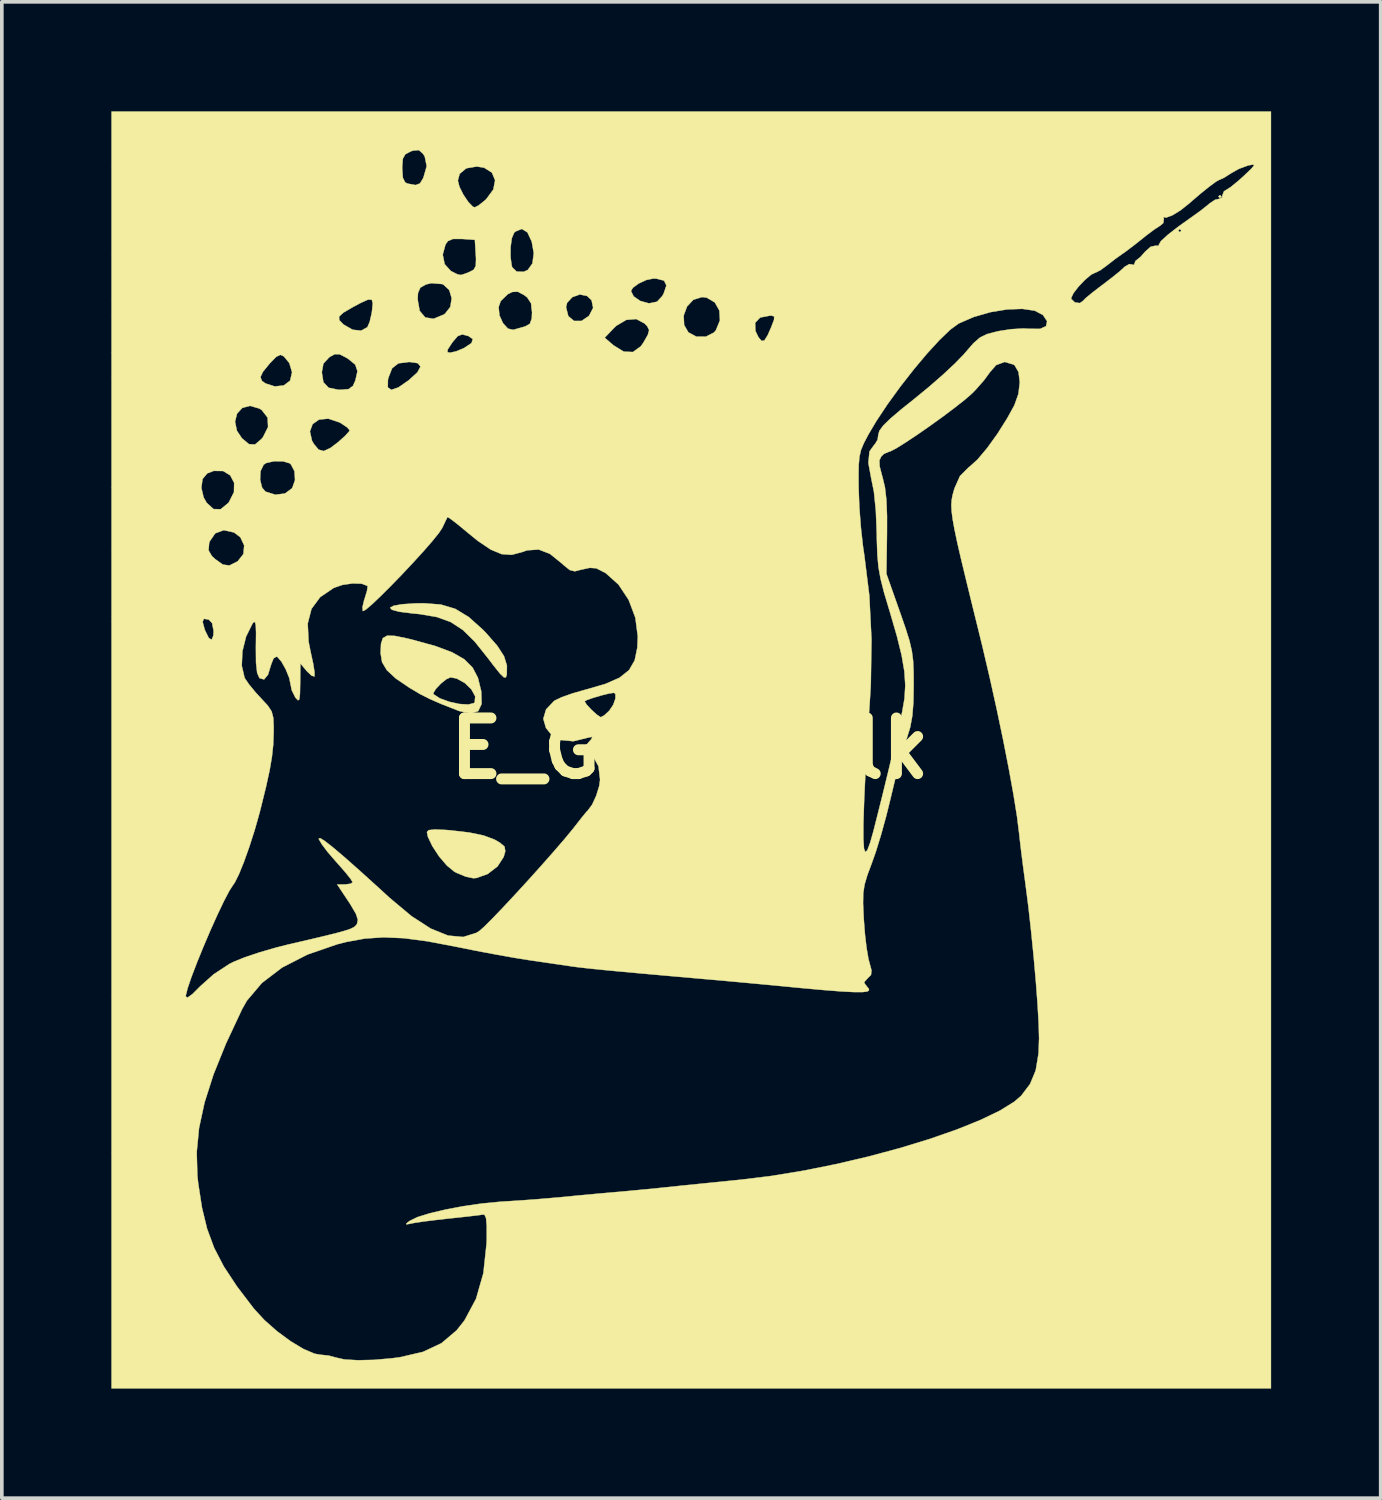
<source format=kicad_pcb>
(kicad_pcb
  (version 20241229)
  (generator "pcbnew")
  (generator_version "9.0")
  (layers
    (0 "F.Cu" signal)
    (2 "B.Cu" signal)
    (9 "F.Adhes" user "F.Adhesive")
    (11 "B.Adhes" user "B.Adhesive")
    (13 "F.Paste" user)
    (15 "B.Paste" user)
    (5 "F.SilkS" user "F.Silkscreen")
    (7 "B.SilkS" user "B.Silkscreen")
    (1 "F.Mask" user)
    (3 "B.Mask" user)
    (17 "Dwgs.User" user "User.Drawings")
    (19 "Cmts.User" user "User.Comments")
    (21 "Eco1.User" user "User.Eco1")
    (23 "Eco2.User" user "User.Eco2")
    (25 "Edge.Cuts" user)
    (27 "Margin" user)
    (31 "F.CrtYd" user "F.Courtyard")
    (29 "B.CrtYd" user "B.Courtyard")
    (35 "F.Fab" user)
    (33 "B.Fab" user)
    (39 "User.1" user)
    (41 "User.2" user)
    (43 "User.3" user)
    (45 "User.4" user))
  (footprint "E_Grrrl_Silk"
    (layer "F.Cu")
    (at 15.838 17.446)
    (property "Reference" "E_Grrrl_Silk" (at 0 0 0) (layer "F.SilkS") (effects (font (size 1.524 1.524) (thickness 0.3))))
    (attr through_hole)
    (fp_poly (pts (xy 14.563 -15.113) (xy 14.52 -15.071) (xy 14.478 -15.113) (xy 14.52 -15.155) (xy 14.563 -15.113)) (stroke (width 0.01) (type solid)) (fill yes) (layer "F.SilkS"))
    (fp_poly (pts (xy -6.68 2.232) (xy -6.564 2.241) (xy -6.038 2.302) (xy -5.644 2.384) (xy -5.344 2.496) (xy -5.201 2.579) (xy -5.071 2.688) (xy -5.051 2.816) (xy -5.095 2.971) (xy -5.263 3.23) (xy -5.533 3.438) (xy -5.837 3.547) (xy -5.927 3.554) (xy -6.135 3.51) (xy -6.389 3.405) (xy -6.449 3.372) (xy -6.652 3.205) (xy -6.865 2.955) (xy -7.049 2.675) (xy -7.17 2.42) (xy -7.197 2.288) (xy -7.147 2.237) (xy -6.982 2.219) (xy -6.68 2.232)) (stroke (width 0.01) (type solid)) (fill yes) (layer "F.SilkS"))
    (fp_poly (pts (xy -6.816 -3.941) (xy -6.421 -3.823) (xy -6.052 -3.599) (xy -5.662 -3.25) (xy -5.571 -3.155) (xy -5.268 -2.809) (xy -5.085 -2.525) (xy -5.006 -2.27) (xy -5.01 -2.019) (xy -5.036 -1.944) (xy -5.092 -1.949) (xy -5.198 -2.052) (xy -5.371 -2.268) (xy -5.523 -2.469) (xy -5.884 -2.921) (xy -6.212 -3.244) (xy -6.546 -3.462) (xy -6.927 -3.599) (xy -7.394 -3.679) (xy -7.585 -3.697) (xy -7.951 -3.742) (xy -8.155 -3.797) (xy -8.206 -3.854) (xy -8.11 -3.907) (xy -7.876 -3.949) (xy -7.512 -3.973) (xy -7.281 -3.976) (xy -6.816 -3.941)) (stroke (width 0.01) (type solid)) (fill yes) (layer "F.SilkS"))
    (fp_poly (pts (xy -8.074 -3.082) (xy -7.739 -3.013) (xy -7.565 -2.97) (xy -6.961 -2.803) (xy -6.505 -2.632) (xy -6.174 -2.442) (xy -5.946 -2.215) (xy -5.8 -1.935) (xy -5.714 -1.585) (xy -5.708 -1.547) (xy -5.699 -1.218) (xy -5.792 -1.022) (xy -5.993 -0.958) (xy -6.303 -1.022) (xy -6.36 -1.043) (xy -6.793 -1.213) (xy -7.117 -1.354) (xy -7.386 -1.49) (xy -7.434 -1.519) (xy -7.02 -1.519) (xy -7.017 -1.485) (xy -6.838 -1.37) (xy -6.584 -1.278) (xy -6.309 -1.218) (xy -6.066 -1.203) (xy -5.909 -1.242) (xy -5.888 -1.264) (xy -5.875 -1.427) (xy -5.979 -1.617) (xy -6.161 -1.793) (xy -6.382 -1.915) (xy -6.551 -1.947) (xy -6.665 -1.896) (xy -6.814 -1.776) (xy -6.949 -1.634) (xy -7.02 -1.519) (xy -7.434 -1.519) (xy -7.652 -1.648) (xy -7.673 -1.66) (xy -8.052 -1.918) (xy -8.295 -2.144) (xy -8.425 -2.363) (xy -8.465 -2.604) (xy -8.465 -2.619) (xy -8.454 -2.868) (xy -8.404 -3.021) (xy -8.286 -3.089) (xy -8.074 -3.082)) (stroke (width 0.01) (type solid)) (fill yes) (layer "F.SilkS"))
    (fp_poly (pts (xy 15.917 17.526) (xy -15.833 17.526) (xy -15.833 11.056) (xy -13.501 11.056) (xy -13.483 11.7) (xy -13.46 11.911) (xy -13.356 12.581) (xy -13.216 13.156) (xy -13.023 13.678) (xy -12.758 14.188) (xy -12.402 14.728) (xy -11.938 15.338) (xy -11.938 15.338) (xy -11.65 15.652) (xy -11.302 15.959) (xy -10.932 16.232) (xy -10.577 16.446) (xy -10.274 16.575) (xy -10.13 16.601) (xy -9.881 16.628) (xy -9.694 16.679) (xy -9.456 16.733) (xy -9.092 16.754) (xy -8.646 16.744) (xy -8.159 16.701) (xy -7.934 16.671) (xy -7.305 16.525) (xy -6.797 16.286) (xy -6.384 15.936) (xy -6.168 15.663) (xy -5.852 15.072) (xy -5.651 14.371) (xy -5.563 13.551) (xy -5.559 13.43) (xy -5.559 13.073) (xy -5.578 12.861) (xy -5.619 12.771) (xy -5.654 12.764) (xy -5.782 12.782) (xy -6.035 12.812) (xy -6.37 12.849) (xy -6.571 12.87) (xy -6.95 12.913) (xy -7.289 12.955) (xy -7.535 12.992) (xy -7.606 13.006) (xy -7.758 13.035) (xy -7.759 13.007) (xy -7.662 12.934) (xy -7.455 12.834) (xy -7.116 12.729) (xy -6.684 12.627) (xy -6.197 12.535) (xy -5.693 12.462) (xy -5.209 12.415) (xy -5.122 12.409) (xy -4.633 12.378) (xy -4.087 12.337) (xy -3.585 12.294) (xy -3.471 12.283) (xy -3.021 12.239) (xy -2.542 12.195) (xy -2.121 12.158) (xy -2.032 12.15) (xy -1.631 12.114) (xy -1.156 12.069) (xy -0.699 12.023) (xy -0.635 12.016) (xy -0.261 11.977) (xy 0.224 11.928) (xy 0.762 11.874) (xy 1.296 11.82) (xy 1.397 11.81) (xy 2.244 11.706) (xy 3.124 11.561) (xy 4.018 11.381) (xy 4.905 11.173) (xy 5.762 10.942) (xy 6.57 10.695) (xy 7.308 10.438) (xy 7.954 10.178) (xy 8.489 9.921) (xy 8.89 9.673) (xy 9.076 9.512) (xy 9.32 9.19) (xy 9.475 8.817) (xy 9.552 8.353) (xy 9.567 7.94) (xy 9.556 7.535) (xy 9.525 7) (xy 9.478 6.373) (xy 9.418 5.693) (xy 9.348 4.998) (xy 9.273 4.325) (xy 9.194 3.713) (xy 9.19 3.683) (xy 9.132 3.252) (xy 9.077 2.818) (xy 9.034 2.45) (xy 9.021 2.328) (xy 8.962 1.859) (xy 8.865 1.255) (xy 8.736 0.545) (xy 8.582 -0.241) (xy 8.407 -1.075) (xy 8.218 -1.928) (xy 8.021 -2.77) (xy 7.953 -3.048) (xy 7.743 -3.9) (xy 7.571 -4.604) (xy 7.433 -5.177) (xy 7.327 -5.636) (xy 7.251 -5.998) (xy 7.2 -6.279) (xy 7.172 -6.497) (xy 7.164 -6.668) (xy 7.174 -6.809) (xy 7.198 -6.936) (xy 7.234 -7.067) (xy 7.25 -7.122) (xy 7.401 -7.46) (xy 7.64 -7.699) (xy 7.663 -7.715) (xy 7.88 -7.911) (xy 8.143 -8.223) (xy 8.424 -8.613) (xy 8.695 -9.043) (xy 8.89 -9.397) (xy 9.001 -9.708) (xy 9.039 -10.029) (xy 9.004 -10.308) (xy 8.898 -10.492) (xy 8.875 -10.51) (xy 8.625 -10.585) (xy 8.391 -10.498) (xy 8.225 -10.308) (xy 8.058 -10.081) (xy 7.834 -9.826) (xy 7.731 -9.721) (xy 7.537 -9.552) (xy 7.259 -9.333) (xy 6.928 -9.084) (xy 6.572 -8.828) (xy 6.221 -8.584) (xy 5.904 -8.374) (xy 5.652 -8.217) (xy 5.493 -8.135) (xy 5.464 -8.128) (xy 5.323 -8.069) (xy 5.248 -8) (xy 5.194 -7.889) (xy 5.201 -7.726) (xy 5.27 -7.46) (xy 5.28 -7.428) (xy 5.346 -7.151) (xy 5.386 -6.809) (xy 5.403 -6.364) (xy 5.402 -5.884) (xy 5.386 -4.784) (xy 5.76 -3.725) (xy 5.914 -3.281) (xy 6.019 -2.945) (xy 6.083 -2.667) (xy 6.118 -2.396) (xy 6.131 -2.081) (xy 6.133 -1.736) (xy 6.125 -1.258) (xy 6.096 -0.894) (xy 6.04 -0.588) (xy 5.948 -0.285) (xy 5.939 -0.257) (xy 5.843 0.046) (xy 5.727 0.458) (xy 5.606 0.926) (xy 5.501 1.367) (xy 5.38 1.856) (xy 5.24 2.364) (xy 5.098 2.826) (xy 4.987 3.14) (xy 4.864 3.471) (xy 4.789 3.725) (xy 4.752 3.963) (xy 4.747 4.243) (xy 4.764 4.624) (xy 4.768 4.692) (xy 4.799 5.095) (xy 4.844 5.47) (xy 4.894 5.762) (xy 4.921 5.864) (xy 4.979 6.08) (xy 4.964 6.203) (xy 4.87 6.296) (xy 4.774 6.405) (xy 4.813 6.469) (xy 4.904 6.583) (xy 4.911 6.62) (xy 4.869 6.655) (xy 4.736 6.672) (xy 4.496 6.672) (xy 4.136 6.653) (xy 3.643 6.614) (xy 3.003 6.556) (xy 2.625 6.519) (xy 2.226 6.481) (xy 1.711 6.433) (xy 1.135 6.38) (xy 0.551 6.328) (xy 0.254 6.302) (xy -0.629 6.224) (xy -1.358 6.159) (xy -1.95 6.105) (xy -2.419 6.06) (xy -2.781 6.023) (xy -3.051 5.992) (xy -3.246 5.967) (xy -3.26 5.964) (xy -3.497 5.929) (xy -3.841 5.879) (xy -4.235 5.821) (xy -4.403 5.797) (xy -4.796 5.734) (xy -5.295 5.645) (xy -5.838 5.543) (xy -6.366 5.437) (xy -6.435 5.423) (xy -7.192 5.28) (xy -7.83 5.196) (xy -8.386 5.172) (xy -8.899 5.207) (xy -9.406 5.3) (xy -9.653 5.363) (xy -10.47 5.645) (xy -11.162 6) (xy -11.717 6.423) (xy -12.125 6.905) (xy -12.253 7.129) (xy -12.7 8.083) (xy -13.042 8.93) (xy -13.286 9.694) (xy -13.437 10.395) (xy -13.501 11.056) (xy -15.833 11.056) (xy -15.833 6.789) (xy -13.801 6.789) (xy -13.756 6.825) (xy -13.62 6.728) (xy -13.407 6.515) (xy -13.037 6.185) (xy -12.609 5.904) (xy -12.497 5.847) (xy -12.196 5.724) (xy -11.789 5.587) (xy -11.335 5.455) (xy -11.007 5.372) (xy -10.416 5.235) (xy -9.97 5.129) (xy -9.645 5.048) (xy -9.421 4.985) (xy -9.277 4.935) (xy -9.19 4.89) (xy -9.14 4.845) (xy -9.113 4.808) (xy -9.087 4.695) (xy -9.141 4.529) (xy -9.289 4.276) (xy -9.34 4.198) (xy -9.654 3.725) (xy -9.441 3.725) (xy -9.282 3.704) (xy -9.231 3.662) (xy -9.285 3.574) (xy -9.427 3.396) (xy -9.631 3.162) (xy -9.696 3.09) (xy -9.912 2.84) (xy -10.074 2.626) (xy -10.155 2.487) (xy -10.159 2.468) (xy -10.118 2.458) (xy -9.989 2.538) (xy -9.766 2.713) (xy -9.442 2.988) (xy -9.012 3.369) (xy -8.47 3.86) (xy -8.216 4.093) (xy -7.621 4.591) (xy -7.089 4.935) (xy -6.617 5.125) (xy -6.202 5.163) (xy -5.841 5.049) (xy -5.755 4.994) (xy -5.62 4.874) (xy -5.397 4.651) (xy -5.107 4.348) (xy -4.772 3.989) (xy -4.415 3.599) (xy -4.057 3.201) (xy -3.72 2.819) (xy -3.427 2.479) (xy -3.199 2.203) (xy -3.132 2.117) (xy -2.963 1.901) (xy -2.835 1.744) (xy -2.787 1.693) (xy -2.673 1.54) (xy -2.56 1.294) (xy -2.479 1.029) (xy -2.455 0.856) (xy -2.498 0.489) (xy -2.625 0.258) (xy -2.829 0.17) (xy -2.85 0.169) (xy -3.08 0.169) (xy -2.831 -0.098) (xy -2.692 -0.257) (xy -2.669 -0.319) (xy -2.752 -0.303) (xy -3.188 -0.197) (xy -3.538 -0.231) (xy -3.814 -0.408) (xy -3.936 -0.56) (xy -4.01 -0.812) (xy -3.934 -1.069) (xy -3.724 -1.29) (xy -2.879 -1.29) (xy -2.823 -1.201) (xy -2.693 -1.061) (xy -2.547 -0.928) (xy -2.443 -0.857) (xy -2.437 -0.856) (xy -2.343 -0.905) (xy -2.205 -1.032) (xy -2.095 -1.195) (xy -2.034 -1.369) (xy -2.036 -1.495) (xy -2.079 -1.524) (xy -2.215 -1.503) (xy -2.424 -1.451) (xy -2.644 -1.386) (xy -2.815 -1.326) (xy -2.879 -1.29) (xy -3.724 -1.29) (xy -3.718 -1.296) (xy -3.691 -1.315) (xy -3.506 -1.403) (xy -3.215 -1.506) (xy -2.878 -1.603) (xy -2.843 -1.612) (xy -2.309 -1.767) (xy -1.922 -1.937) (xy -1.662 -2.145) (xy -1.507 -2.413) (xy -1.435 -2.762) (xy -1.422 -3.063) (xy -1.489 -3.581) (xy -1.672 -4.068) (xy -1.95 -4.487) (xy -2.301 -4.802) (xy -2.559 -4.934) (xy -2.738 -4.946) (xy -2.966 -4.897) (xy -2.967 -4.897) (xy -3.146 -4.851) (xy -3.284 -4.885) (xy -3.45 -5.018) (xy -3.499 -5.064) (xy -3.83 -5.33) (xy -4.135 -5.447) (xy -4.45 -5.426) (xy -4.596 -5.376) (xy -4.877 -5.302) (xy -5.151 -5.322) (xy -5.45 -5.446) (xy -5.804 -5.685) (xy -6.071 -5.902) (xy -6.32 -6.109) (xy -6.514 -6.26) (xy -6.622 -6.334) (xy -6.634 -6.336) (xy -6.678 -6.248) (xy -6.763 -6.069) (xy -6.776 -6.04) (xy -6.87 -5.899) (xy -7.05 -5.676) (xy -7.294 -5.396) (xy -7.581 -5.082) (xy -7.887 -4.756) (xy -8.192 -4.442) (xy -8.473 -4.162) (xy -8.708 -3.94) (xy -8.875 -3.798) (xy -8.953 -3.76) (xy -8.953 -3.761) (xy -8.962 -3.867) (xy -8.916 -4.063) (xy -8.898 -4.115) (xy -8.837 -4.317) (xy -8.821 -4.441) (xy -8.826 -4.451) (xy -8.983 -4.512) (xy -9.234 -4.519) (xy -9.513 -4.478) (xy -9.749 -4.396) (xy -10.122 -4.142) (xy -10.358 -3.822) (xy -10.461 -3.421) (xy -10.437 -2.923) (xy -10.375 -2.613) (xy -10.31 -2.316) (xy -10.275 -2.088) (xy -10.275 -1.974) (xy -10.278 -1.971) (xy -10.357 -1.994) (xy -10.486 -2.117) (xy -10.494 -2.126) (xy -10.662 -2.328) (xy -10.668 -1.778) (xy -10.674 -1.489) (xy -10.691 -1.343) (xy -10.727 -1.317) (xy -10.791 -1.384) (xy -10.798 -1.392) (xy -10.899 -1.595) (xy -10.926 -1.731) (xy -10.967 -1.929) (xy -11.063 -2.167) (xy -11.182 -2.38) (xy -11.293 -2.506) (xy -11.313 -2.516) (xy -11.396 -2.467) (xy -11.459 -2.31) (xy -11.549 -2.019) (xy -11.657 -1.889) (xy -11.778 -1.924) (xy -11.786 -1.932) (xy -11.846 -2.07) (xy -11.877 -2.346) (xy -11.881 -2.774) (xy -11.88 -2.81) (xy -11.876 -3.168) (xy -11.884 -3.38) (xy -11.907 -3.466) (xy -11.948 -3.451) (xy -11.973 -3.419) (xy -12.149 -3.064) (xy -12.25 -2.659) (xy -12.267 -2.265) (xy -12.192 -1.942) (xy -12.182 -1.921) (xy -12.072 -1.758) (xy -11.888 -1.535) (xy -11.738 -1.372) (xy -11.553 -1.172) (xy -11.449 -1.013) (xy -11.403 -0.835) (xy -11.393 -0.576) (xy -11.394 -0.425) (xy -11.406 -0.101) (xy -11.441 0.227) (xy -11.504 0.597) (xy -11.602 1.046) (xy -11.741 1.61) (xy -11.784 1.778) (xy -11.912 2.231) (xy -12.057 2.684) (xy -12.205 3.1) (xy -12.343 3.441) (xy -12.458 3.672) (xy -12.498 3.729) (xy -12.606 3.896) (xy -12.756 4.182) (xy -12.934 4.555) (xy -13.126 4.982) (xy -13.317 5.429) (xy -13.494 5.864) (xy -13.643 6.253) (xy -13.749 6.564) (xy -13.799 6.763) (xy -13.801 6.789) (xy -15.833 6.789) (xy -15.833 -3.468) (xy -13.34 -3.468) (xy -13.283 -3.26) (xy -13.273 -3.233) (xy -13.171 -3.025) (xy -13.092 -2.977) (xy -13.046 -3.09) (xy -13.039 -3.22) (xy -13.08 -3.432) (xy -13.169 -3.527) (xy -13.304 -3.551) (xy -13.34 -3.468) (xy -15.833 -3.468) (xy -15.833 -5.424) (xy -13.177 -5.424) (xy -13.084 -5.267) (xy -12.998 -5.187) (xy -12.783 -5.034) (xy -12.605 -5.011) (xy -12.402 -5.112) (xy -12.375 -5.13) (xy -12.222 -5.325) (xy -12.201 -5.56) (xy -12.305 -5.782) (xy -12.477 -5.914) (xy -12.761 -5.977) (xy -12.994 -5.891) (xy -13.145 -5.671) (xy -13.161 -5.617) (xy -13.177 -5.424) (xy -15.833 -5.424) (xy -15.833 -7.139) (xy -13.374 -7.139) (xy -13.312 -6.874) (xy -13.229 -6.728) (xy -13.04 -6.555) (xy -12.846 -6.551) (xy -12.643 -6.716) (xy -12.621 -6.742) (xy -12.481 -7.018) (xy -12.476 -7.274) (xy -12.52 -7.358) (xy -11.765 -7.358) (xy -11.71 -7.141) (xy -11.62 -7.034) (xy -11.348 -6.948) (xy -11.082 -6.982) (xy -10.887 -7.128) (xy -10.809 -7.348) (xy -10.813 -7.42) (xy 4.623 -7.42) (xy 4.626 -7.112) (xy 4.645 -6.605) (xy 4.688 -6.048) (xy 4.746 -5.527) (xy 4.781 -5.292) (xy 4.918 -4.19) (xy 4.978 -2.988) (xy 4.959 -1.739) (xy 4.925 -1.182) (xy 4.887 -0.639) (xy 4.848 0.003) (xy 4.812 0.674) (xy 4.782 1.303) (xy 4.775 1.473) (xy 4.756 2.06) (xy 4.755 2.481) (xy 4.772 2.74) (xy 4.809 2.84) (xy 4.866 2.783) (xy 4.944 2.572) (xy 5.03 2.266) (xy 5.148 1.801) (xy 5.287 1.244) (xy 5.433 0.645) (xy 5.575 0.052) (xy 5.701 -0.487) (xy 5.8 -0.922) (xy 5.819 -1.006) (xy 5.882 -1.372) (xy 5.903 -1.73) (xy 5.878 -2.111) (xy 5.803 -2.55) (xy 5.673 -3.077) (xy 5.485 -3.725) (xy 5.459 -3.81) (xy 5.319 -4.279) (xy 5.226 -4.646) (xy 5.168 -4.97) (xy 5.138 -5.311) (xy 5.124 -5.726) (xy 5.122 -5.884) (xy 5.097 -6.509) (xy 5.044 -7.031) (xy 4.971 -7.391) (xy 4.892 -7.819) (xy 4.923 -8.135) (xy 5.064 -8.33) (xy 5.075 -8.336) (xy 5.145 -8.456) (xy 5.165 -8.594) (xy 5.195 -8.701) (xy 5.299 -8.841) (xy 5.492 -9.03) (xy 5.791 -9.285) (xy 6.16 -9.58) (xy 6.552 -9.902) (xy 6.933 -10.234) (xy 7.263 -10.542) (xy 7.506 -10.792) (xy 7.548 -10.842) (xy 7.77 -11.097) (xy 7.949 -11.253) (xy 8.144 -11.348) (xy 8.413 -11.418) (xy 8.457 -11.428) (xy 8.798 -11.481) (xy 9.131 -11.501) (xy 9.309 -11.492) (xy 9.595 -11.49) (xy 9.759 -11.565) (xy 9.786 -11.7) (xy 9.673 -11.87) (xy 9.449 -11.988) (xy 9.11 -12.038) (xy 8.693 -12.023) (xy 8.237 -11.948) (xy 7.778 -11.816) (xy 7.366 -11.637) (xy 7.139 -11.472) (xy 6.844 -11.189) (xy 6.502 -10.817) (xy 6.137 -10.382) (xy 5.769 -9.911) (xy 5.42 -9.43) (xy 5.112 -8.967) (xy 4.891 -8.594) (xy 4.772 -8.368) (xy 4.693 -8.182) (xy 4.648 -7.992) (xy 4.627 -7.753) (xy 4.623 -7.42) (xy -10.813 -7.42) (xy -10.824 -7.593) (xy -10.924 -7.783) (xy -10.956 -7.809) (xy -11.14 -7.864) (xy -11.382 -7.865) (xy -11.596 -7.817) (xy -11.667 -7.772) (xy -11.753 -7.594) (xy -11.765 -7.358) (xy -12.52 -7.358) (xy -12.582 -7.477) (xy -12.777 -7.597) (xy -13.034 -7.601) (xy -13.214 -7.532) (xy -13.341 -7.378) (xy -13.374 -7.139) (xy -15.833 -7.139) (xy -15.833 -8.95) (xy -12.452 -8.95) (xy -12.4 -8.699) (xy -12.262 -8.493) (xy -12.068 -8.332) (xy -11.903 -8.325) (xy -11.728 -8.474) (xy -11.686 -8.526) (xy -11.608 -8.681) (xy -10.401 -8.681) (xy -10.344 -8.427) (xy -10.294 -8.339) (xy -10.163 -8.183) (xy -10.025 -8.144) (xy -9.843 -8.226) (xy -9.629 -8.388) (xy -9.444 -8.553) (xy -9.331 -8.678) (xy -9.313 -8.713) (xy -9.381 -8.792) (xy -9.547 -8.904) (xy -9.597 -8.931) (xy -9.897 -9.031) (xy -10.15 -9.006) (xy -10.327 -8.882) (xy -10.401 -8.681) (xy -11.608 -8.681) (xy -11.547 -8.802) (xy -11.56 -9.06) (xy -11.72 -9.267) (xy -11.782 -9.307) (xy -12.04 -9.383) (xy -12.252 -9.326) (xy -12.396 -9.17) (xy -12.452 -8.95) (xy -15.833 -8.95) (xy -15.833 -10.168) (xy -11.756 -10.168) (xy -11.715 -10.066) (xy -11.62 -9.997) (xy -11.363 -9.914) (xy -11.116 -9.941) (xy -10.944 -10.072) (xy -10.943 -10.073) (xy -10.89 -10.302) (xy -10.89 -10.302) (xy -10.075 -10.302) (xy -10.032 -10.029) (xy -9.888 -9.877) (xy -9.618 -9.822) (xy -9.559 -9.821) (xy -9.34 -9.841) (xy -9.279 -9.887) (xy -8.268 -9.887) (xy -8.171 -9.82) (xy -7.976 -9.888) (xy -7.696 -10.082) (xy -7.456 -10.301) (xy -7.373 -10.457) (xy -7.446 -10.55) (xy -7.675 -10.583) (xy -7.694 -10.583) (xy -7.977 -10.546) (xy -8.15 -10.412) (xy -8.252 -10.149) (xy -8.265 -10.088) (xy -8.268 -9.887) (xy -9.279 -9.887) (xy -9.223 -9.928) (xy -9.156 -10.078) (xy -9.099 -10.33) (xy -9.159 -10.51) (xy -9.355 -10.671) (xy -9.405 -10.701) (xy -9.59 -10.796) (xy -9.72 -10.797) (xy -9.868 -10.716) (xy -10.032 -10.539) (xy -10.075 -10.302) (xy -10.89 -10.302) (xy -10.965 -10.554) (xy -11.115 -10.737) (xy -11.212 -10.779) (xy -11.325 -10.724) (xy -11.494 -10.551) (xy -11.504 -10.54) (xy -11.688 -10.314) (xy -11.756 -10.168) (xy -15.833 -10.168) (xy -15.833 -10.851) (xy -6.634 -10.851) (xy -6.563 -10.837) (xy -6.395 -10.875) (xy -6.179 -10.965) (xy -6.176 -10.967) (xy -5.976 -11.101) (xy -5.941 -11.211) (xy -5.994 -11.248) (xy -2.328 -11.248) (xy -2.091 -11.042) (xy -1.807 -10.867) (xy -1.556 -10.856) (xy -1.341 -11.011) (xy -1.269 -11.113) (xy -1.147 -11.327) (xy -1.112 -11.456) (xy -1.162 -11.56) (xy -1.234 -11.636) (xy -1.464 -11.759) (xy -1.735 -11.737) (xy -2.01 -11.575) (xy -2.08 -11.508) (xy -2.328 -11.248) (xy -5.994 -11.248) (xy -6.061 -11.294) (xy -6.229 -11.338) (xy -6.353 -11.292) (xy -6.493 -11.129) (xy -6.519 -11.091) (xy -6.628 -10.924) (xy -6.634 -10.851) (xy -15.833 -10.851) (xy -15.833 -11.827) (xy -9.602 -11.827) (xy -9.597 -11.73) (xy -9.486 -11.615) (xy -9.475 -11.606) (xy -9.23 -11.466) (xy -8.997 -11.442) (xy -8.827 -11.536) (xy -8.764 -11.683) (xy -8.71 -11.919) (xy -8.699 -11.995) (xy -8.68 -12.194) (xy -8.707 -12.291) (xy -8.807 -12.293) (xy -9.006 -12.203) (xy -9.229 -12.084) (xy -9.484 -11.935) (xy -9.602 -11.827) (xy -15.833 -11.827) (xy -15.833 -12.296) (xy -7.451 -12.296) (xy -7.395 -11.983) (xy -7.243 -11.803) (xy -7.016 -11.766) (xy -6.733 -11.883) (xy -6.703 -11.904) (xy -6.558 -12.088) (xy -5.233 -12.088) (xy -5.211 -11.861) (xy -5.114 -11.646) (xy -4.977 -11.497) (xy -4.836 -11.463) (xy -4.642 -11.518) (xy -4.508 -11.556) (xy -4.38 -11.626) (xy -4.326 -11.771) (xy -4.318 -11.942) (xy -4.334 -12.084) (xy -3.387 -12.084) (xy -3.325 -11.839) (xy -3.168 -11.708) (xy -2.962 -11.708) (xy -2.757 -11.847) (xy -2.754 -11.854) (xy -0.166 -11.854) (xy -0.153 -11.596) (xy -0.036 -11.394) (xy 0.185 -11.276) (xy 0.443 -11.277) (xy 0.665 -11.391) (xy 0.715 -11.449) (xy 0.8 -11.655) (xy 1.791 -11.655) (xy 1.8 -11.431) (xy 1.882 -11.262) (xy 1.967 -11.16) (xy 2.044 -11.172) (xy 2.135 -11.316) (xy 2.231 -11.536) (xy 2.308 -11.738) (xy 2.313 -11.829) (xy 2.242 -11.853) (xy 2.204 -11.853) (xy 1.929 -11.801) (xy 1.791 -11.655) (xy 0.8 -11.655) (xy 0.827 -11.722) (xy 0.812 -11.992) (xy 0.687 -12.214) (xy 0.49 -12.332) (xy 10.445 -12.332) (xy 10.447 -12.312) (xy 10.548 -12.214) (xy 10.686 -12.196) (xy 10.767 -12.255) (xy 10.844 -12.333) (xy 11.023 -12.481) (xy 11.266 -12.668) (xy 11.303 -12.695) (xy 11.565 -12.896) (xy 11.781 -13.07) (xy 11.906 -13.185) (xy 11.911 -13.191) (xy 12.038 -13.264) (xy 12.104 -13.253) (xy 12.174 -13.241) (xy 12.173 -13.265) (xy 12.212 -13.359) (xy 12.234 -13.372) (xy 12.344 -13.46) (xy 12.477 -13.61) (xy 12.624 -13.739) (xy 12.752 -13.767) (xy 12.842 -13.765) (xy 12.847 -13.794) (xy 12.902 -13.891) (xy 13.088 -14.063) (xy 13.241 -14.182) (xy 13.377 -14.182) (xy 13.42 -14.139) (xy 13.462 -14.182) (xy 13.42 -14.224) (xy 13.377 -14.182) (xy 13.241 -14.182) (xy 13.391 -14.298) (xy 13.763 -14.563) (xy 13.997 -14.731) (xy 14.195 -14.889) (xy 14.233 -14.922) (xy 14.392 -15.028) (xy 14.499 -15.05) (xy 14.582 -15.092) (xy 14.583 -15.137) (xy 14.63 -15.257) (xy 14.688 -15.293) (xy 14.816 -15.375) (xy 15.014 -15.536) (xy 15.175 -15.681) (xy 15.372 -15.869) (xy 15.455 -15.965) (xy 15.431 -15.99) (xy 15.311 -15.969) (xy 15.287 -15.963) (xy 15.033 -15.87) (xy 14.809 -15.742) (xy 14.635 -15.63) (xy 14.523 -15.579) (xy 14.518 -15.579) (xy 14.42 -15.527) (xy 14.231 -15.388) (xy 13.986 -15.191) (xy 13.719 -14.962) (xy 13.677 -14.924) (xy 13.438 -14.735) (xy 13.214 -14.598) (xy 13.047 -14.537) (xy 12.991 -14.548) (xy 12.965 -14.545) (xy 12.985 -14.503) (xy 12.969 -14.388) (xy 12.884 -14.317) (xy 12.726 -14.214) (xy 12.505 -14.049) (xy 12.385 -13.952) (xy 12.146 -13.763) (xy 11.929 -13.6) (xy 11.853 -13.547) (xy 11.648 -13.401) (xy 11.427 -13.229) (xy 11.253 -13.101) (xy 11.131 -13.038) (xy 11.121 -13.036) (xy 10.995 -12.976) (xy 10.822 -12.83) (xy 10.645 -12.644) (xy 10.506 -12.463) (xy 10.445 -12.332) (xy 0.49 -12.332) (xy 0.47 -12.344) (xy 0.339 -12.361) (xy 0.1 -12.288) (xy -0.074 -12.102) (xy -0.166 -11.854) (xy -2.754 -11.854) (xy -2.645 -12.066) (xy -2.688 -12.274) (xy -2.809 -12.39) (xy -3.01 -12.432) (xy -3.215 -12.359) (xy -3.358 -12.204) (xy -3.387 -12.084) (xy -4.334 -12.084) (xy -4.346 -12.192) (xy -4.452 -12.352) (xy -4.539 -12.418) (xy -4.715 -12.511) (xy -4.86 -12.5) (xy -4.984 -12.438) (xy -5.176 -12.252) (xy -5.233 -12.088) (xy -6.558 -12.088) (xy -6.556 -12.091) (xy -6.519 -12.328) (xy -6.577 -12.527) (xy -1.609 -12.527) (xy -1.535 -12.38) (xy -1.355 -12.255) (xy -1.132 -12.193) (xy -1.097 -12.192) (xy -0.895 -12.234) (xy -0.751 -12.39) (xy -0.714 -12.457) (xy -0.639 -12.679) (xy -0.702 -12.811) (xy -0.911 -12.865) (xy -0.998 -12.868) (xy -1.187 -12.829) (xy -1.394 -12.734) (xy -1.555 -12.617) (xy -1.609 -12.527) (xy -6.577 -12.527) (xy -6.585 -12.552) (xy -6.748 -12.704) (xy -6.782 -12.717) (xy -7.072 -12.742) (xy -7.226 -12.705) (xy -7.378 -12.618) (xy -7.441 -12.474) (xy -7.451 -12.296) (xy -15.833 -12.296) (xy -15.833 -13.523) (xy -6.764 -13.523) (xy -6.711 -13.263) (xy -6.543 -13.076) (xy -6.519 -13.063) (xy -6.361 -12.984) (xy -6.267 -12.965) (xy -6.145 -13.003) (xy -6.055 -13.038) (xy -5.92 -13.106) (xy -5.86 -13.211) (xy -5.852 -13.408) (xy -5.855 -13.454) (xy -4.907 -13.454) (xy -4.874 -13.219) (xy -4.859 -13.173) (xy -4.739 -13.059) (xy -4.549 -13.053) (xy -4.435 -13.103) (xy -4.307 -13.283) (xy -4.271 -13.566) (xy -4.327 -13.882) (xy -4.445 -14.133) (xy -4.597 -14.227) (xy -4.772 -14.156) (xy -4.809 -14.122) (xy -4.871 -13.975) (xy -4.905 -13.73) (xy -4.907 -13.454) (xy -5.855 -13.454) (xy -5.859 -13.525) (xy -5.884 -13.928) (xy -6.239 -13.953) (xy -6.483 -13.953) (xy -6.621 -13.894) (xy -6.688 -13.801) (xy -6.764 -13.523) (xy -15.833 -13.523) (xy -15.833 -15.883) (xy -7.874 -15.883) (xy -7.856 -15.629) (xy -7.793 -15.501) (xy -7.726 -15.468) (xy -7.509 -15.428) (xy -7.387 -15.473) (xy -7.339 -15.552) (xy -6.35 -15.552) (xy -6.307 -15.382) (xy -6.2 -15.168) (xy -6.066 -14.968) (xy -5.94 -14.838) (xy -5.889 -14.817) (xy -5.781 -14.871) (xy -5.615 -15.004) (xy -5.571 -15.044) (xy -5.378 -15.307) (xy -5.33 -15.56) (xy -5.417 -15.769) (xy -5.631 -15.904) (xy -5.833 -15.936) (xy -6.119 -15.887) (xy -6.3 -15.736) (xy -6.35 -15.552) (xy -7.339 -15.552) (xy -7.295 -15.625) (xy -7.203 -15.945) (xy -7.256 -16.208) (xy -7.305 -16.287) (xy -7.417 -16.385) (xy -7.574 -16.372) (xy -7.644 -16.348) (xy -7.789 -16.271) (xy -7.856 -16.15) (xy -7.874 -15.927) (xy -7.874 -15.883) (xy -15.833 -15.883) (xy -15.833 -17.441) (xy 15.917 -17.441) (xy 15.917 17.526)) (stroke (width 0.01) (type solid)) (fill yes) (layer "F.SilkS")))
  (gr_rect
    (start -3 -3)
    (end 34.76 37.977)
    (stroke (width 0.1) (type default))
    (fill no)
    (layer "Edge.Cuts")))
</source>
